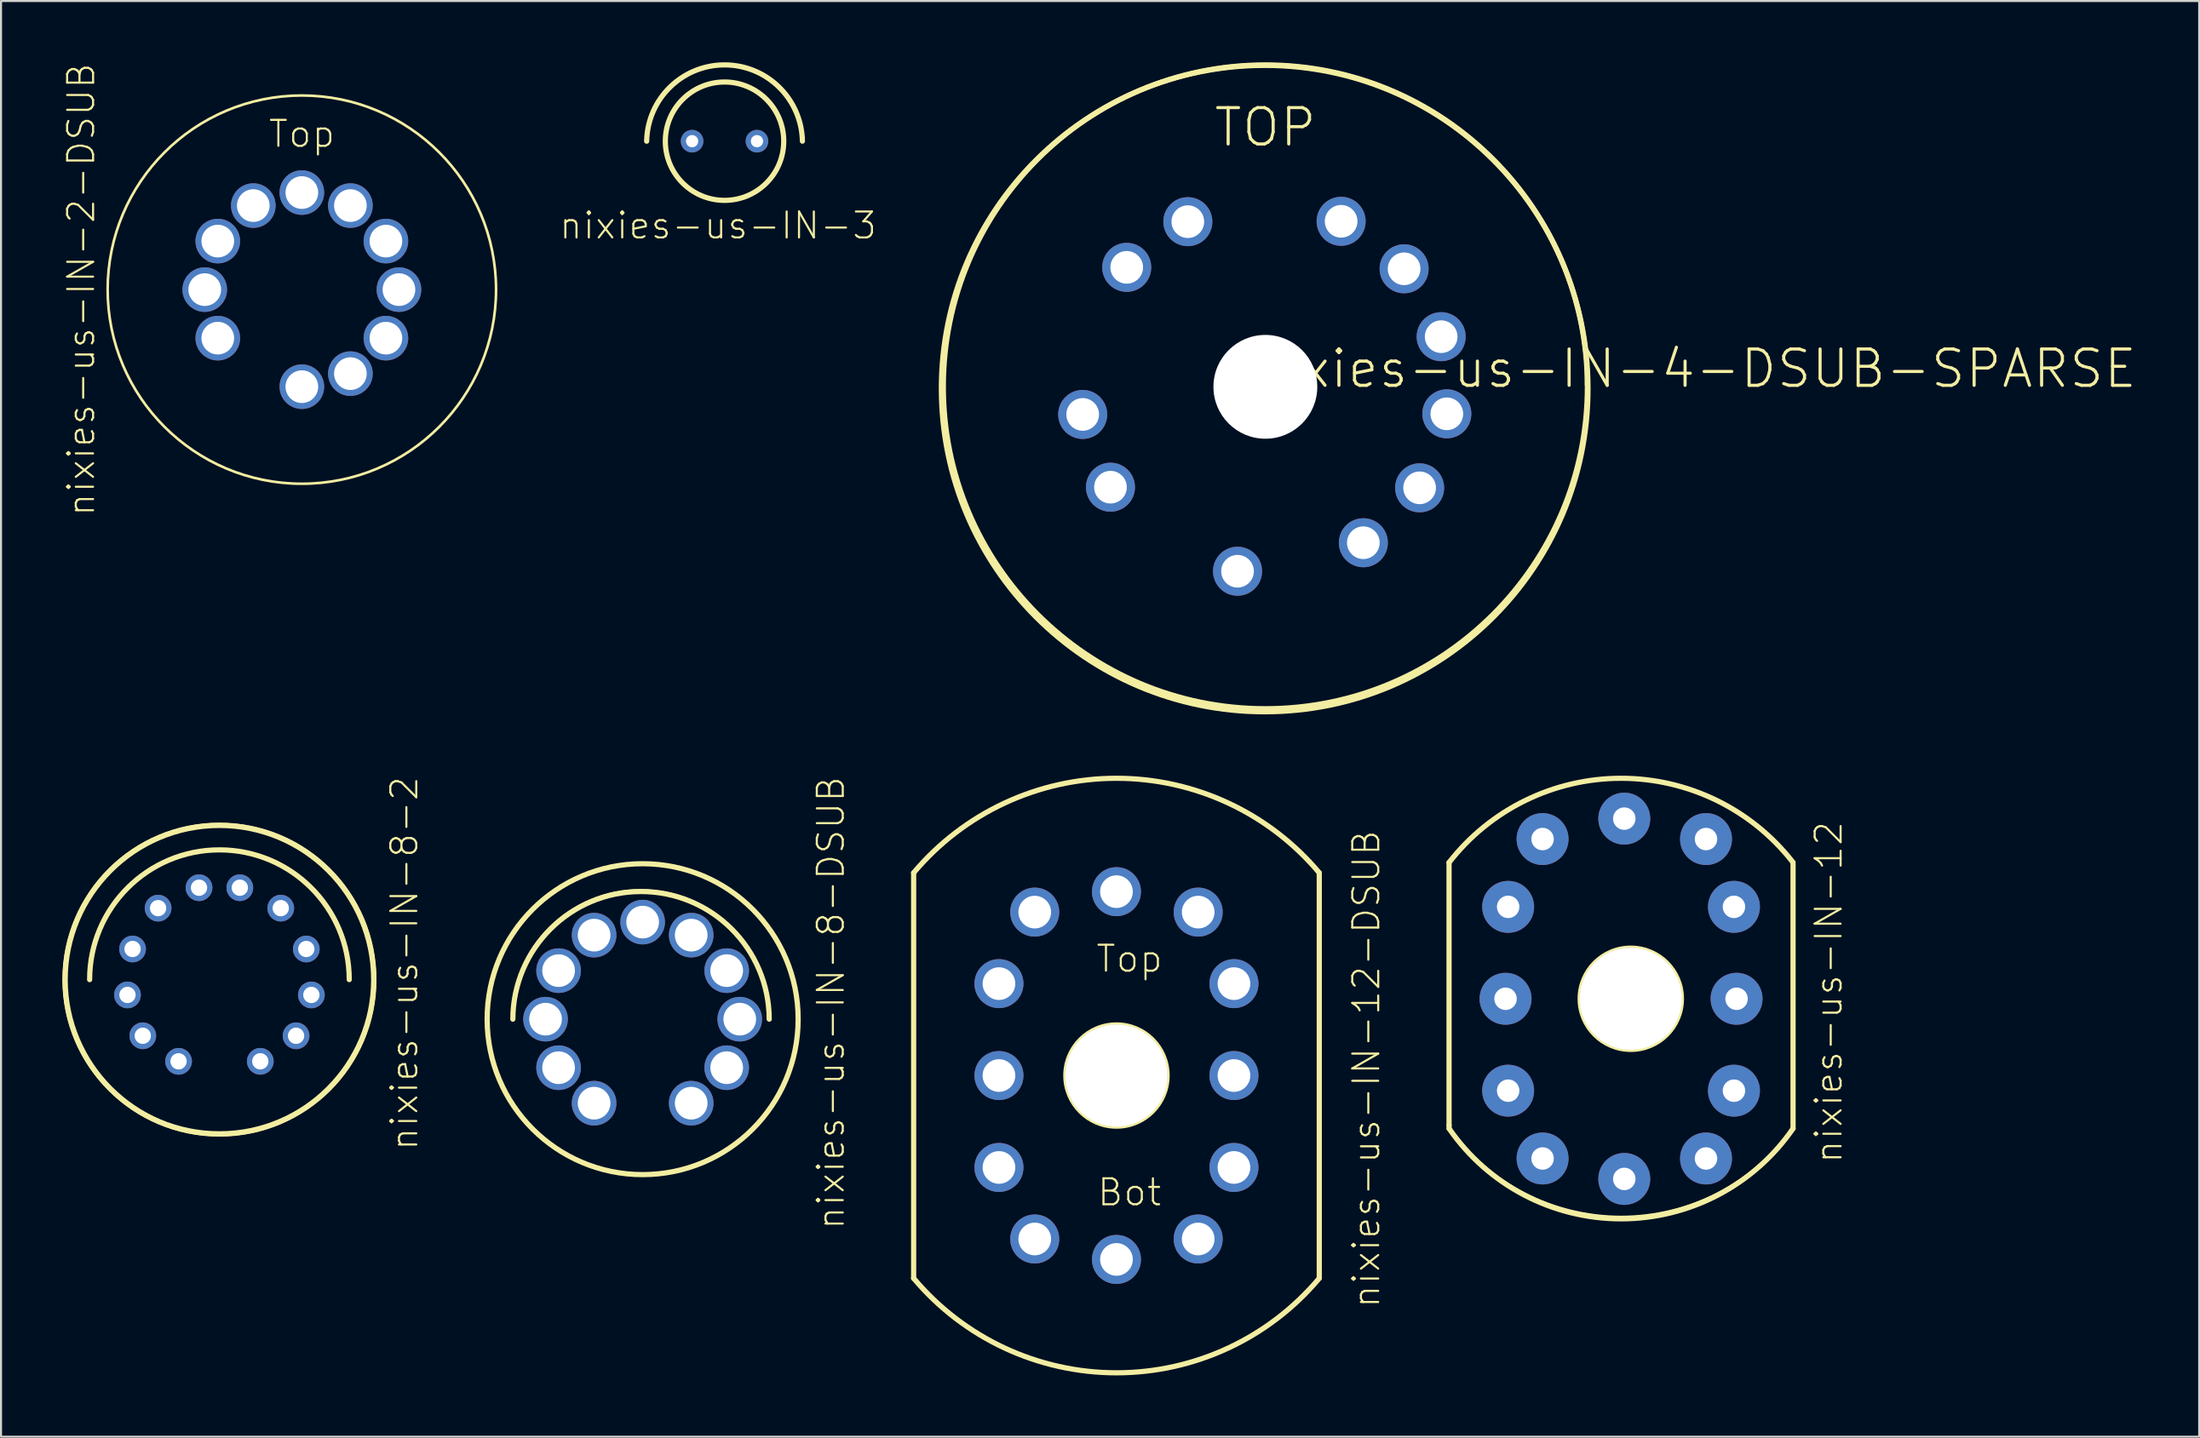
<source format=kicad_pcb>
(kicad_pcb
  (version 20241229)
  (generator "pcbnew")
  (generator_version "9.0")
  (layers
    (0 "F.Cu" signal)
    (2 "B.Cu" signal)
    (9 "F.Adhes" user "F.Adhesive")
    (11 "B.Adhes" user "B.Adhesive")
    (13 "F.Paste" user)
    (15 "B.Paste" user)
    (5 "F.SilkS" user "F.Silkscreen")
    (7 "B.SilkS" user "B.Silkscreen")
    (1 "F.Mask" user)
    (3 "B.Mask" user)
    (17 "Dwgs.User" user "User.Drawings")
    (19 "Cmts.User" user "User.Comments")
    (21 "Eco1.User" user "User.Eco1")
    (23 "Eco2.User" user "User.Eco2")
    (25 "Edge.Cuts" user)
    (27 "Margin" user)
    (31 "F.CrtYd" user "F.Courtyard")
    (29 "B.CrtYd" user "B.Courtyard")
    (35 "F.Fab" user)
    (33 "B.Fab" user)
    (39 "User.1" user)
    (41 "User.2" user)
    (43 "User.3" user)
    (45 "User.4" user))
  (footprint "nixies-us-IN-12-DSUB"
    (layer "F.Cu")
    (at 51.565 49.584)
    (property "Reference" "nixies-us-IN-12-DSUB" (at 12.222 -0.318 90) (layer "F.SilkS") (effects (font (size 1.27 1.27) (thickness 0.102))))
    (attr exclude_from_pos_files exclude_from_bom)
    (fp_line (start -9.921 9.921) (end -9.921 -9.921) (stroke (width 0.254) (type solid)) (layer "F.SilkS"))
    (fp_line (start 9.921 -9.921) (end 9.921 9.921) (stroke (width 0.254) (type solid)) (layer "F.SilkS"))
    (fp_arc (start -9.92124 -9.92124) (mid 0.000928 -14.547158) (end 9.922433 -9.919819) (stroke (width 0.254) (type solid)) (layer "F.SilkS"))
    (fp_arc (start 9.92124 9.92124) (mid -0.000928 14.547158) (end -9.922433 9.919819) (stroke (width 0.254) (type solid)) (layer "F.SilkS"))
    (fp_circle (center 0 0) (end 0 -2.54) (stroke (width 0.127) (type solid)) (fill no) (layer "F.SilkS"))
    (fp_text user "Bot" (at 0.635 5.715 0) (layer "F.SilkS") (effects (font (size 1.27 1.27) (thickness 0.102))))
    (fp_text user "Top" (at 0.635 -5.715 0) (layer "F.SilkS") (effects (font (size 1.27 1.27) (thickness 0.102))))
    (pad "" np_thru_hole circle (at 0 0) (size 4.999 4.999) (drill 4.999) (layers "*.Cu" "*.Mask"))
    (pad "0" thru_hole circle (at 5.748 4.498) (size 2.398 2.398) (drill 1.598) (layers "*.Cu" "*.Mask"))
    (pad "1" thru_hole circle (at -3.998 7.998) (size 2.398 2.398) (drill 1.598) (layers "*.Cu" "*.Mask"))
    (pad "2" thru_hole circle (at -5.748 4.498) (size 2.398 2.398) (drill 1.598) (layers "*.Cu" "*.Mask"))
    (pad "3" thru_hole circle (at -5.748 0) (size 2.398 2.398) (drill 1.598) (layers "*.Cu" "*.Mask"))
    (pad "4" thru_hole circle (at -5.748 -4.498) (size 2.398 2.398) (drill 1.598) (layers "*.Cu" "*.Mask"))
    (pad "5" thru_hole circle (at -3.998 -7.998) (size 2.398 2.398) (drill 1.598) (layers "*.Cu" "*.Mask"))
    (pad "6" thru_hole circle (at 0 -8.999) (size 2.398 2.398) (drill 1.598) (layers "*.Cu" "*.Mask"))
    (pad "7" thru_hole circle (at 3.998 -7.998) (size 2.398 2.398) (drill 1.598) (layers "*.Cu" "*.Mask"))
    (pad "8" thru_hole circle (at 5.748 -4.498) (size 2.398 2.398) (drill 1.598) (layers "*.Cu" "*.Mask"))
    (pad "9" thru_hole circle (at 5.748 0) (size 2.398 2.398) (drill 1.598) (layers "*.Cu" "*.Mask"))
    (pad "A" thru_hole circle (at 3.998 7.998) (size 2.398 2.398) (drill 1.598) (layers "*.Cu" "*.Mask"))
    (pad "LHDP" thru_hole circle (at 0 8.999) (size 2.398 2.398) (drill 1.598) (layers "*.Cu" "*.Mask")))
  (footprint "nixies-us-IN-2-DSUB"
    (layer "F.Cu")
    (at 11.716 11.123)
    (property "Reference" "nixies-us-IN-2-DSUB" (at -10.795 0 270) (layer "F.SilkS") (effects (font (size 1.27 1.27) (thickness 0.102))))
    (attr exclude_from_pos_files exclude_from_bom)
    (fp_circle (center 0 0) (end 0 -9.5) (stroke (width 0.127) (type solid)) (fill no) (layer "F.SilkS"))
    (fp_text user "Top" (at 0 -7.62 0) (layer "F.SilkS") (effects (font (size 1.27 1.27) (thickness 0.102))))
    (pad "0" thru_hole circle (at -4.75 0) (size 2.182 2.182) (drill 1.598) (layers "*.Cu" "*.Mask"))
    (pad "1" thru_hole circle (at 0 4.75) (size 2.182 2.182) (drill 1.598) (layers "*.Cu" "*.Mask"))
    (pad "2" thru_hole circle (at 2.375 4.112) (size 2.182 2.182) (drill 1.598) (layers "*.Cu" "*.Mask"))
    (pad "3" thru_hole circle (at 4.112 2.375) (size 2.182 2.182) (drill 1.598) (layers "*.Cu" "*.Mask"))
    (pad "4" thru_hole circle (at 4.75 0) (size 2.182 2.182) (drill 1.598) (layers "*.Cu" "*.Mask"))
    (pad "5" thru_hole circle (at 4.112 -2.375) (size 2.182 2.182) (drill 1.598) (layers "*.Cu" "*.Mask"))
    (pad "6" thru_hole circle (at 2.375 -4.112) (size 2.182 2.182) (drill 1.598) (layers "*.Cu" "*.Mask"))
    (pad "7" thru_hole circle (at 0 -4.75) (size 2.182 2.182) (drill 1.598) (layers "*.Cu" "*.Mask"))
    (pad "8" thru_hole circle (at -2.375 -4.112) (size 2.182 2.182) (drill 1.598) (layers "*.Cu" "*.Mask"))
    (pad "9" thru_hole circle (at -4.112 -2.375) (size 2.182 2.182) (drill 1.598) (layers "*.Cu" "*.Mask"))
    (pad "A" thru_hole circle (at -4.112 2.375) (size 2.182 2.182) (drill 1.598) (layers "*.Cu" "*.Mask")))
  (footprint "nixies-us-IN-8-DSUB"
    (layer "F.Cu")
    (at 28.387 46.825)
    (property "Reference" "nixies-us-IN-8-DSUB" (at 9.207 -0.792 90) (layer "F.SilkS") (effects (font (size 1.27 1.27) (thickness 0.102))))
    (attr exclude_from_pos_files exclude_from_bom)
    (fp_arc (start -6.35762 -0.08636) (mid -0.094355 -6.319533) (end 6.144282 -0.06171) (stroke (width 0.127) (type solid)) (layer "F.SilkS"))
    (fp_arc (start -6.35 0) (mid -0.07874 -6.27126) (end 6.19252 0) (stroke (width 0.254) (type solid)) (layer "F.SilkS"))
    (fp_circle (center 0 0) (end 0 -7.62) (stroke (width 0.127) (type solid)) (fill no) (layer "F.SilkS"))
    (fp_circle (center 0 0) (end 0 -7.607) (stroke (width 0.254) (type solid)) (fill no) (layer "F.SilkS"))
    (pad "0" thru_hole circle (at -4.112 2.375) (size 2.182 2.182) (drill 1.598) (layers "*.Cu" "*.Mask"))
    (pad "1" thru_hole circle (at 2.375 4.112) (size 2.182 2.182) (drill 1.598) (layers "*.Cu" "*.Mask"))
    (pad "2" thru_hole circle (at 4.112 2.375) (size 2.182 2.182) (drill 1.598) (layers "*.Cu" "*.Mask"))
    (pad "3" thru_hole circle (at 4.75 0) (size 2.182 2.182) (drill 1.598) (layers "*.Cu" "*.Mask"))
    (pad "4" thru_hole circle (at 4.112 -2.375) (size 2.182 2.182) (drill 1.598) (layers "*.Cu" "*.Mask"))
    (pad "5" thru_hole circle (at 2.375 -4.112) (size 2.182 2.182) (drill 1.598) (layers "*.Cu" "*.Mask"))
    (pad "6" thru_hole circle (at 0 -4.75) (size 2.182 2.182) (drill 1.598) (layers "*.Cu" "*.Mask"))
    (pad "7" thru_hole circle (at -2.375 -4.112) (size 2.182 2.182) (drill 1.598) (layers "*.Cu" "*.Mask"))
    (pad "8" thru_hole circle (at -4.112 -2.375) (size 2.182 2.182) (drill 1.598) (layers "*.Cu" "*.Mask"))
    (pad "9" thru_hole circle (at -4.75 0) (size 2.182 2.182) (drill 1.598) (layers "*.Cu" "*.Mask"))
    (pad "A" thru_hole circle (at -2.375 4.112) (size 2.182 2.182) (drill 1.598) (layers "*.Cu" "*.Mask")))
  (footprint "nixies-us-IN-8-2"
    (layer "F.Cu")
    (at 7.684 44.89)
    (property "Reference" "nixies-us-IN-8-2" (at 9.047 -0.792 90) (layer "F.SilkS") (effects (font (size 1.27 1.27) (thickness 0.102))))
    (attr exclude_from_pos_files exclude_from_bom)
    (fp_arc (start -6.35 0) (mid 0 -6.35) (end 6.35 0) (stroke (width 0.127) (type solid)) (layer "F.SilkS"))
    (fp_arc (start -6.35 0) (mid 0 -6.35) (end 6.35 0) (stroke (width 0.254) (type solid)) (layer "F.SilkS"))
    (fp_circle (center 0 0) (end 0 -7.62) (stroke (width 0.127) (type solid)) (fill no) (layer "F.SilkS"))
    (fp_circle (center 0 0) (end 0 -7.546) (stroke (width 0.254) (type solid)) (fill no) (layer "F.SilkS"))
    (pad "." thru_hole circle (at -3 -3.498) (size 1.306 1.306) (drill 0.798) (layers "*.Cu" "*.Mask"))
    (pad "0" thru_hole circle (at -3.749 2.748) (size 1.306 1.306) (drill 0.798) (layers "*.Cu" "*.Mask"))
    (pad "1" thru_hole circle (at 1.999 3.998) (size 1.306 1.306) (drill 0.798) (layers "*.Cu" "*.Mask"))
    (pad "2" thru_hole circle (at 3.749 2.748) (size 1.306 1.306) (drill 0.798) (layers "*.Cu" "*.Mask"))
    (pad "3" thru_hole circle (at 4.498 0.749) (size 1.306 1.306) (drill 0.798) (layers "*.Cu" "*.Mask"))
    (pad "4" thru_hole circle (at 4.249 -1.499) (size 1.306 1.306) (drill 0.798) (layers "*.Cu" "*.Mask"))
    (pad "5" thru_hole circle (at 3 -3.498) (size 1.306 1.306) (drill 0.798) (layers "*.Cu" "*.Mask"))
    (pad "6" thru_hole circle (at 0.998 -4.498) (size 1.306 1.306) (drill 0.798) (layers "*.Cu" "*.Mask"))
    (pad "7" thru_hole circle (at -0.998 -4.498) (size 1.306 1.306) (drill 0.798) (layers "*.Cu" "*.Mask"))
    (pad "8" thru_hole circle (at -4.249 -1.499) (size 1.306 1.306) (drill 0.798) (layers "*.Cu" "*.Mask"))
    (pad "9" thru_hole circle (at -4.498 0.749) (size 1.306 1.306) (drill 0.798) (layers "*.Cu" "*.Mask"))
    (pad "A" thru_hole circle (at -1.999 3.998) (size 1.306 1.306) (drill 0.798) (layers "*.Cu" "*.Mask")))
  (footprint "nixies-us-IN-4-DSUB-SPARSE"
    (layer "F.Cu")
    (at 58.849 15.88)
    (property "Reference" "nixies-us-IN-4-DSUB-SPARSE" (at 20.955 -0.889 0) (layer "F.SilkS") (effects (font (size 1.778 1.778) (thickness 0.152))))
    (attr exclude_from_pos_files exclude_from_bom)
    (fp_circle (center 0 0) (end 0 -2.54) (stroke (width 0.025) (type solid)) (fill no) (layer "F.Mask"))
    (fp_circle (center 0 0) (end 0 -1.27) (stroke (width 2.54) (type solid)) (fill no) (layer "F.Mask"))
    (fp_circle (center 0 0) (end 0 -1.27) (stroke (width 2.54) (type solid)) (fill no) (layer "B.Mask"))
    (fp_circle (center -0.033 0.086) (end -0.033 -15.73) (stroke (width 0.254) (type solid)) (fill no) (layer "F.SilkS"))
    (fp_circle (center 0 0) (end 0 -15.753) (stroke (width 0.254) (type solid)) (fill no) (layer "F.SilkS"))
    (fp_text user "TOP" (at 0 -12.7 0) (layer "F.SilkS") (effects (font (size 1.778 1.778) (thickness 0.152))))
    (pad "" np_thru_hole circle (at 0 0) (size 5.08 5.08) (drill 5.08) (layers "*.Cu" "*.Mask"))
    (pad "0" thru_hole circle (at -3.792 -8.082) (size 2.398 2.398) (drill 1.598) (layers "*.Cu" "*.Mask"))
    (pad "1" thru_hole circle (at -1.361 9.025) (size 2.398 2.398) (drill 1.598) (layers "*.Cu" "*.Mask"))
    (pad "2" thru_hole circle (at -6.782 -5.847) (size 2.398 2.398) (drill 1.598) (layers "*.Cu" "*.Mask"))
    (pad "3" thru_hole circle (at -8.936 1.351) (size 2.398 2.398) (drill 1.598) (layers "*.Cu" "*.Mask"))
    (pad "4" thru_hole circle (at 4.793 7.63) (size 2.398 2.398) (drill 1.598) (layers "*.Cu" "*.Mask"))
    (pad "5" thru_hole circle (at -7.577 4.912) (size 2.398 2.398) (drill 1.598) (layers "*.Cu" "*.Mask"))
    (pad "6" thru_hole circle (at 7.546 4.943) (size 2.398 2.398) (drill 1.598) (layers "*.Cu" "*.Mask"))
    (pad "7" thru_hole circle (at 3.706 -8.1) (size 2.398 2.398) (drill 1.598) (layers "*.Cu" "*.Mask"))
    (pad "8" thru_hole circle (at 8.877 1.321) (size 2.398 2.398) (drill 1.598) (layers "*.Cu" "*.Mask"))
    (pad "9" thru_hole circle (at 6.787 -5.776) (size 2.398 2.398) (drill 1.598) (layers "*.Cu" "*.Mask"))
    (pad "A3" thru_hole circle (at 8.6 -2.454) (size 2.398 2.398) (drill 1.598) (layers "*.Cu" "*.Mask")))
  (footprint "nixies-us-IN-3"
    (layer "F.Cu")
    (at 32.393 3.859)
    (property "Reference" "nixies-us-IN-3" (at -0.318 4.128 0) (layer "F.SilkS") (effects (font (size 1.27 1.27) (thickness 0.102))))
    (attr exclude_from_pos_files exclude_from_bom)
    (fp_arc (start -3.81 0) (mid -0.001068 -3.732073) (end 3.809955 -0.002135) (stroke (width 0.254) (type solid)) (layer "F.SilkS"))
    (fp_circle (center 0 0) (end 0 -2.896) (stroke (width 0.254) (type solid)) (fill no) (layer "F.SilkS"))
    (pad "A" thru_hole circle (at -1.587 0) (size 1.107 1.107) (drill 0.599) (layers "*.Cu" "*.Mask"))
    (pad "K" thru_hole circle (at 1.587 0) (size 1.107 1.107) (drill 0.599) (layers "*.Cu" "*.Mask")))
  (footprint "nixies-us-IN-12"
    (layer "F.Cu")
    (at 76.725 45.827)
    (property "Reference" "nixies-us-IN-12" (at 9.682 -0.318 90) (layer "F.SilkS") (effects (font (size 1.27 1.27) (thickness 0.102))))
    (attr exclude_from_pos_files exclude_from_bom)
    (fp_line (start -8.89 6.19) (end -8.89 -6.668) (stroke (width 0.254) (type solid)) (layer "F.SilkS"))
    (fp_line (start -8.89 6.19) (end -8.89 6.35) (stroke (width 0.254) (type solid)) (layer "F.SilkS"))
    (fp_line (start 7.938 -6.668) (end 7.938 6.35) (stroke (width 0.254) (type solid)) (layer "F.SilkS"))
    (fp_arc (start -8.89 -6.6675) (mid -0.483925 -10.789801) (end 7.929063 -6.681627) (stroke (width 0.254) (type solid)) (layer "F.SilkS"))
    (fp_arc (start -8.89 -6.6675) (mid -0.483112 -10.757563) (end 7.929982 -6.680281) (stroke (width 0.127) (type solid)) (layer "F.SilkS"))
    (fp_arc (start 7.9375 6.35) (mid -0.475414 10.677846) (end -8.887964 6.349294) (stroke (width 0.127) (type solid)) (layer "F.SilkS"))
    (fp_arc (start 7.9375 6.35) (mid -0.469135 10.76972) (end -8.880822 6.359623) (stroke (width 0.254) (type solid)) (layer "F.SilkS"))
    (fp_circle (center 0 0) (end 0 -2.54) (stroke (width 0.127) (type solid)) (fill no) (layer "F.SilkS"))
    (pad "" np_thru_hole circle (at 0 0) (size 4.999 4.999) (drill 4.999) (layers "*.Cu" "*.Mask"))
    (pad "0" thru_hole circle (at 5.047 4.498) (size 2.54 2.54) (drill 1.1) (layers "*.Cu" "*.Mask"))
    (pad "1" thru_hole circle (at -4.315 7.816) (size 2.54 2.54) (drill 1.1) (layers "*.Cu" "*.Mask"))
    (pad "2" thru_hole circle (at -5.999 4.498) (size 2.54 2.54) (drill 1.1) (layers "*.Cu" "*.Mask"))
    (pad "3" thru_hole circle (at -6.126 0) (size 2.54 2.54) (drill 1.1) (layers "*.Cu" "*.Mask"))
    (pad "4" thru_hole circle (at -5.999 -4.498) (size 2.54 2.54) (drill 1.1) (layers "*.Cu" "*.Mask"))
    (pad "5" thru_hole circle (at -4.315 -7.816) (size 2.54 2.54) (drill 1.1) (layers "*.Cu" "*.Mask"))
    (pad "6" thru_hole circle (at -0.318 -8.816) (size 2.54 2.54) (drill 1.1) (layers "*.Cu" "*.Mask"))
    (pad "7" thru_hole circle (at 3.68 -7.816) (size 2.54 2.54) (drill 1.1) (layers "*.Cu" "*.Mask"))
    (pad "8" thru_hole circle (at 5.047 -4.498) (size 2.54 2.54) (drill 1.1) (layers "*.Cu" "*.Mask"))
    (pad "9" thru_hole circle (at 5.174 0) (size 2.54 2.54) (drill 1.1) (layers "*.Cu" "*.Mask"))
    (pad "A" thru_hole circle (at 3.68 7.816) (size 2.54 2.54) (drill 1.1) (layers "*.Cu" "*.Mask"))
    (pad "LHDP" thru_hole circle (at -0.318 8.816) (size 2.54 2.54) (drill 1.1) (layers "*.Cu" "*.Mask")))
  (gr_rect
    (start -3 -3)
    (end 104.53 67.258)
    (stroke (width 0.1) (type default))
    (fill no)
    (layer "Edge.Cuts")))
</source>
